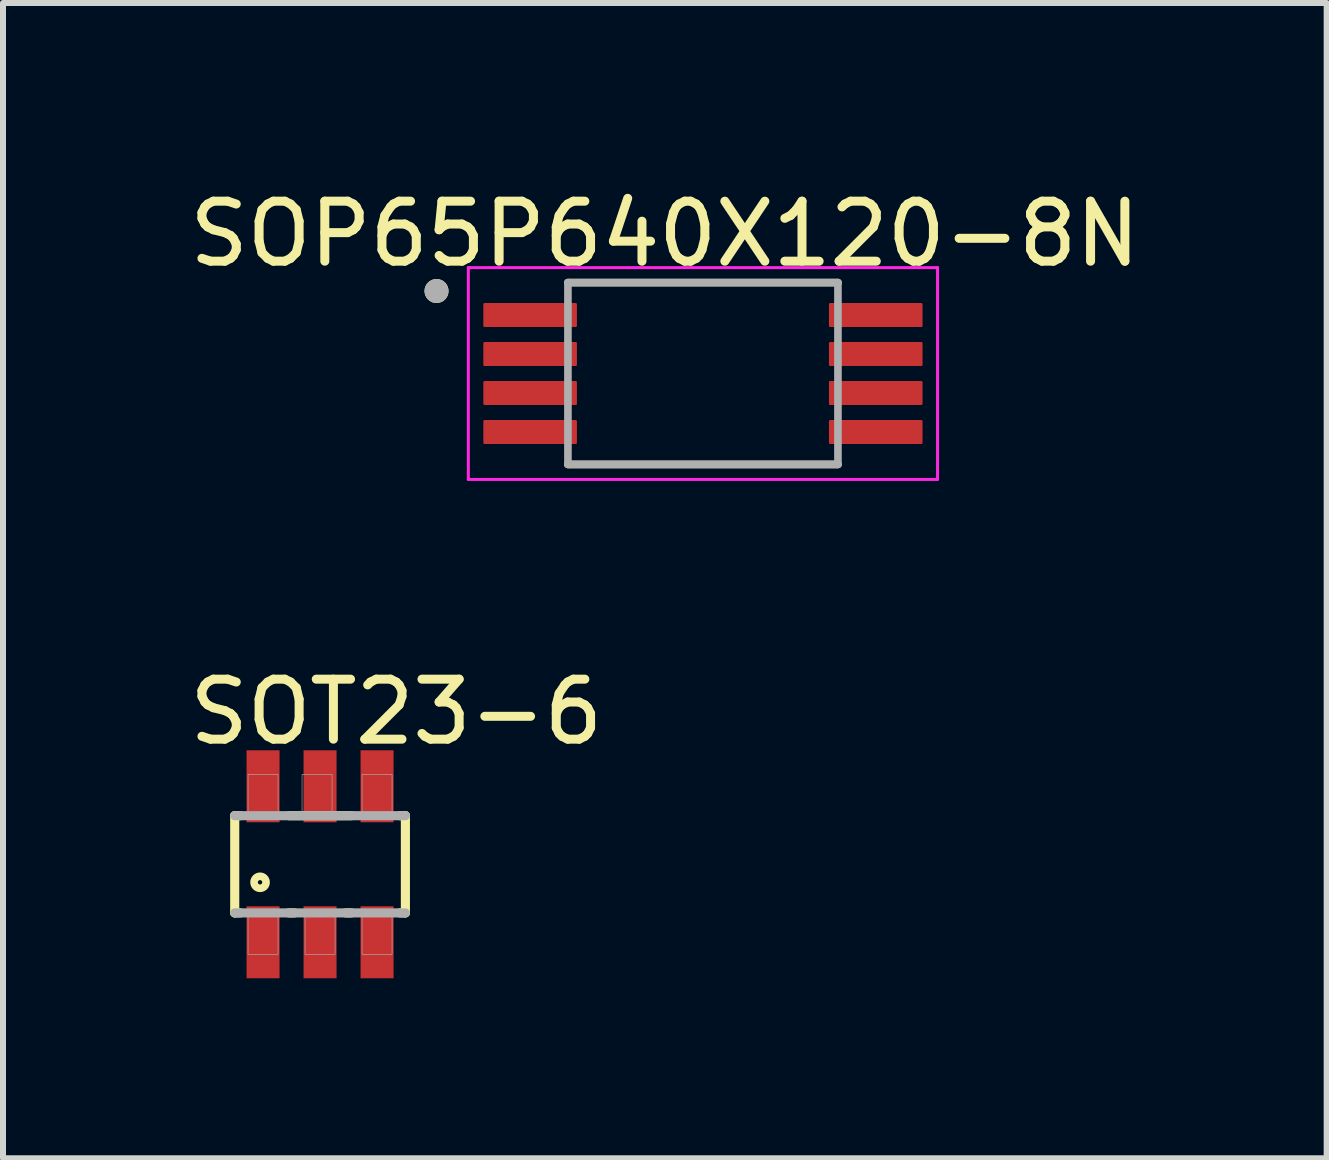
<source format=kicad_pcb>
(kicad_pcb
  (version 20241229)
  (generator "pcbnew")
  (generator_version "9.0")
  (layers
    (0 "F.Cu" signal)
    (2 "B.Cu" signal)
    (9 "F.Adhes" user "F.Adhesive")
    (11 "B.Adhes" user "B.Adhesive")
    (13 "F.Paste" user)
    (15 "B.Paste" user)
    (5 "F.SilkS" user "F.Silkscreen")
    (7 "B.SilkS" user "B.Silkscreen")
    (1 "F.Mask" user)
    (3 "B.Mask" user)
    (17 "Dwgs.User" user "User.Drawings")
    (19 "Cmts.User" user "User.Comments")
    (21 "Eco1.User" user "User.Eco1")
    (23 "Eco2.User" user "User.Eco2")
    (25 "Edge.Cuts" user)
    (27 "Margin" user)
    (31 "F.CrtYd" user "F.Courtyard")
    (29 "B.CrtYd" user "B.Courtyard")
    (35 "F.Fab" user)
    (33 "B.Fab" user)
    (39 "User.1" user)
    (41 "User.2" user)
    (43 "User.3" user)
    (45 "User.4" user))
  (footprint "SOP65P640X120-8N"
    (layer "F.Cu")
    (at 8.665 3.175)
    (property "Reference" "SOP65P640X120-8N" (at -0.635 -2.327 0) (layer "F.SilkS") (effects (font (size 1 1) (thickness 0.15))))
    (attr smd)
    (fp_line (start -2.25 -1.515) (end 2.25 -1.515) (stroke (width 0.127) (type solid)) (layer "F.SilkS"))
    (fp_line (start -2.25 1.515) (end 2.25 1.515) (stroke (width 0.127) (type solid)) (layer "F.SilkS"))
    (fp_circle (center -4.44 -1.375) (end -4.34 -1.375) (stroke (width 0.2) (type solid)) (fill no) (layer "F.SilkS"))
    (fp_line (start -3.91 -1.765) (end -3.91 1.765) (stroke (width 0.05) (type solid)) (layer "F.CrtYd"))
    (fp_line (start -3.91 -1.765) (end 3.91 -1.765) (stroke (width 0.05) (type solid)) (layer "F.CrtYd"))
    (fp_line (start -3.91 1.765) (end 3.91 1.765) (stroke (width 0.05) (type solid)) (layer "F.CrtYd"))
    (fp_line (start 3.91 -1.765) (end 3.91 1.765) (stroke (width 0.05) (type solid)) (layer "F.CrtYd"))
    (fp_line (start -2.25 -1.515) (end -2.25 1.515) (stroke (width 0.127) (type solid)) (layer "F.Fab"))
    (fp_line (start -2.25 -1.515) (end 2.25 -1.515) (stroke (width 0.127) (type solid)) (layer "F.Fab"))
    (fp_line (start -2.25 1.515) (end 2.25 1.515) (stroke (width 0.127) (type solid)) (layer "F.Fab"))
    (fp_line (start 2.25 -1.515) (end 2.25 1.515) (stroke (width 0.127) (type solid)) (layer "F.Fab"))
    (fp_circle (center -4.44 -1.375) (end -4.34 -1.375) (stroke (width 0.2) (type solid)) (fill no) (layer "F.Fab"))
    (pad "1" smd roundrect (at -2.88 -0.975) (size 1.56 0.4) (layers "F.Cu" "F.Mask" "F.Paste") (roundrect_rratio 0.05))
    (pad "2" smd roundrect (at -2.88 -0.325) (size 1.56 0.4) (layers "F.Cu" "F.Mask" "F.Paste") (roundrect_rratio 0.05))
    (pad "3" smd roundrect (at -2.88 0.325) (size 1.56 0.4) (layers "F.Cu" "F.Mask" "F.Paste") (roundrect_rratio 0.05))
    (pad "4" smd roundrect (at -2.88 0.975) (size 1.56 0.4) (layers "F.Cu" "F.Mask" "F.Paste") (roundrect_rratio 0.05))
    (pad "5" smd roundrect (at 2.88 0.975) (size 1.56 0.4) (layers "F.Cu" "F.Mask" "F.Paste") (roundrect_rratio 0.05))
    (pad "6" smd roundrect (at 2.88 0.325) (size 1.56 0.4) (layers "F.Cu" "F.Mask" "F.Paste") (roundrect_rratio 0.05))
    (pad "7" smd roundrect (at 2.88 -0.325) (size 1.56 0.4) (layers "F.Cu" "F.Mask" "F.Paste") (roundrect_rratio 0.05))
    (pad "8" smd roundrect (at 2.88 -0.975) (size 1.56 0.4) (layers "F.Cu" "F.Mask" "F.Paste") (roundrect_rratio 0.05)))
  (footprint "SOT23-6"
    (layer "F.Cu")
    (at 2.284 11.354)
    (property "Reference" "SOT23-6" (at 1.27 -2.54 0) (layer "F.SilkS") (effects (font (size 1 1) (thickness 0.15))))
    (attr smd)
    (fp_line (start -1.422 -0.81) (end -1.328 -0.81) (stroke (width 0.152) (type solid)) (layer "F.SilkS"))
    (fp_line (start -1.422 0.81) (end -1.422 -0.81) (stroke (width 0.152) (type solid)) (layer "F.SilkS"))
    (fp_line (start -1.328 0.81) (end -1.422 0.81) (stroke (width 0.152) (type solid)) (layer "F.SilkS"))
    (fp_line (start -0.522 -0.81) (end 0.522 -0.81) (stroke (width 0.152) (type solid)) (layer "F.SilkS"))
    (fp_line (start -0.428 0.81) (end -0.522 0.81) (stroke (width 0.152) (type solid)) (layer "F.SilkS"))
    (fp_line (start 0.522 0.81) (end 0.428 0.81) (stroke (width 0.152) (type solid)) (layer "F.SilkS"))
    (fp_line (start 1.328 -0.81) (end 1.422 -0.81) (stroke (width 0.152) (type solid)) (layer "F.SilkS"))
    (fp_line (start 1.422 -0.81) (end 1.422 0.81) (stroke (width 0.152) (type solid)) (layer "F.SilkS"))
    (fp_line (start 1.422 0.81) (end 1.328 0.81) (stroke (width 0.152) (type solid)) (layer "F.SilkS"))
    (fp_circle (center -1 0.3) (end -0.9 0.3) (stroke (width 0.127) (type solid)) (fill no) (layer "F.SilkS"))
    (fp_line (start -1.422 -0.81) (end 1.422 -0.81) (stroke (width 0.152) (type solid)) (layer "F.Fab"))
    (fp_line (start 1.422 0.81) (end -1.422 0.81) (stroke (width 0.152) (type solid)) (layer "F.Fab"))
    (fp_poly (pts (xy -1.2 -1.5) (xy -0.7 -1.5) (xy -0.7 -0.85) (xy -1.2 -0.85)) (stroke (width 0.01) (type solid)) (fill no) (layer "F.Fab"))
    (fp_poly (pts (xy -1.2 0.85) (xy -0.7 0.85) (xy -0.7 1.5) (xy -1.2 1.5)) (stroke (width 0.01) (type solid)) (fill no) (layer "F.Fab"))
    (fp_poly (pts (xy -0.3 -1.5) (xy 0.2 -1.5) (xy 0.2 -0.85) (xy -0.3 -0.85)) (stroke (width 0.01) (type solid)) (fill no) (layer "F.Fab"))
    (fp_poly (pts (xy -0.25 0.85) (xy 0.25 0.85) (xy 0.25 1.5) (xy -0.25 1.5)) (stroke (width 0.01) (type solid)) (fill no) (layer "F.Fab"))
    (fp_poly (pts (xy 0.7 -1.5) (xy 1.2 -1.5) (xy 1.2 -0.85) (xy 0.7 -0.85)) (stroke (width 0.01) (type solid)) (fill no) (layer "F.Fab"))
    (fp_poly (pts (xy 0.7 0.85) (xy 1.2 0.85) (xy 1.2 1.5) (xy 0.7 1.5)) (stroke (width 0.01) (type solid)) (fill no) (layer "F.Fab"))
    (pad "1" smd rect (at -0.95 1.3) (size 0.55 1.2) (layers "F.Cu" "F.Mask" "F.Paste"))
    (pad "2" smd rect (at 0 1.3) (size 0.55 1.2) (layers "F.Cu" "F.Mask" "F.Paste"))
    (pad "3" smd rect (at 0.95 1.3) (size 0.55 1.2) (layers "F.Cu" "F.Mask" "F.Paste"))
    (pad "4" smd rect (at 0.95 -1.3) (size 0.55 1.2) (layers "F.Cu" "F.Mask" "F.Paste"))
    (pad "5" smd rect (at 0 -1.3) (size 0.55 1.2) (layers "F.Cu" "F.Mask" "F.Paste"))
    (pad "6" smd rect (at -0.95 -1.3) (size 0.55 1.2) (layers "F.Cu" "F.Mask" "F.Paste")))
  (gr_rect
    (start -3 -3)
    (end 19.06 16.253)
    (stroke (width 0.1) (type default))
    (fill no)
    (layer "Edge.Cuts")))
</source>
